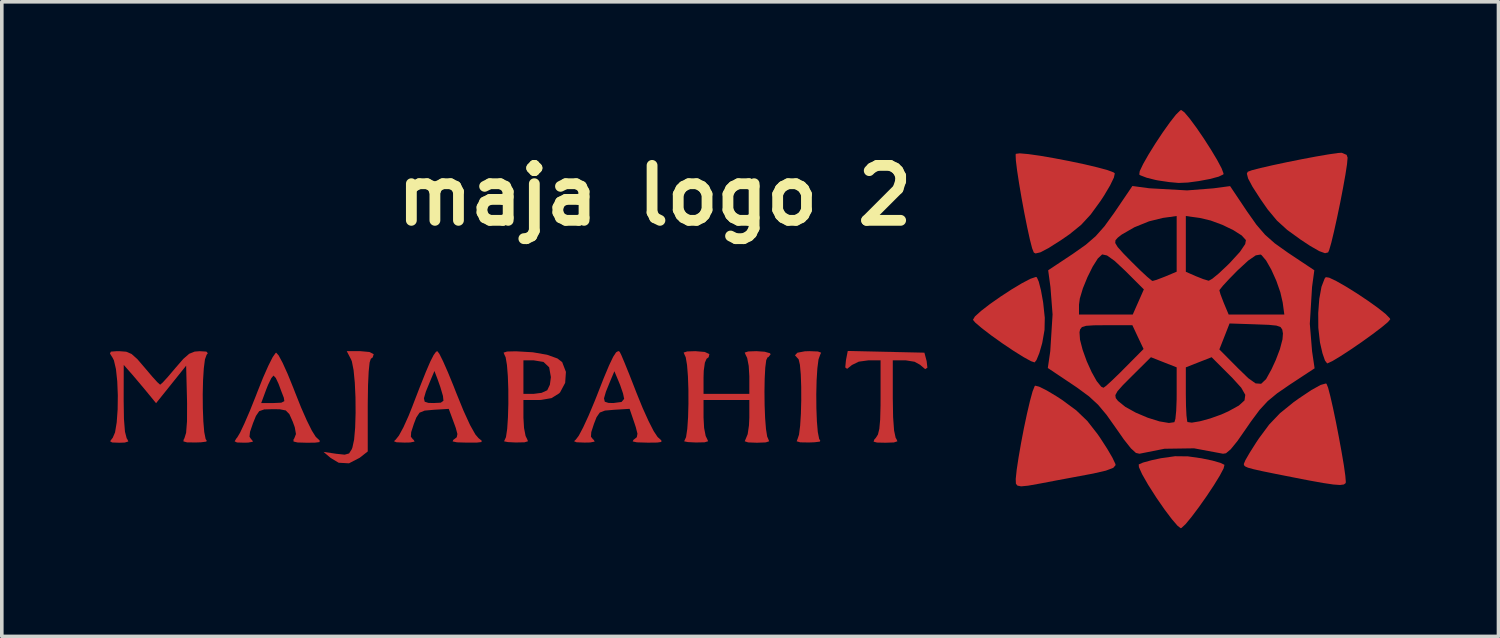
<source format=kicad_pcb>
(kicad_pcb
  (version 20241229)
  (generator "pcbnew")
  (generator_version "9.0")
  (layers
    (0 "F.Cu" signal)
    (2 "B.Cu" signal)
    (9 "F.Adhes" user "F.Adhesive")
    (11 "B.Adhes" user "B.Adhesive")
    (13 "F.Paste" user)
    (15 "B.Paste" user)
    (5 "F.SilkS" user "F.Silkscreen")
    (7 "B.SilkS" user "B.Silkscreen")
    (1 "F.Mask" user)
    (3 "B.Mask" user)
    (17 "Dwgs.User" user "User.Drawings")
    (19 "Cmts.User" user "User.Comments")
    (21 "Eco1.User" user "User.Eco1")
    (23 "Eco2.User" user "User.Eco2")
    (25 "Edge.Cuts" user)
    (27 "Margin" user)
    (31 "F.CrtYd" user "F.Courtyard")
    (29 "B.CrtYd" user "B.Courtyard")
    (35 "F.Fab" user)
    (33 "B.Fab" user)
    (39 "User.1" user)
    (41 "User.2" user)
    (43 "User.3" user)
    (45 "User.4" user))
  (footprint "maja logo 2"
    (layer "F.Cu")
    (at 18.157 6.182)
    (property "Reference" "maja logo 2" (at -3.048 -3.81 0) (layer "F.SilkS") (effects (font (size 1.524 1.524) (thickness 0.3))))
    (attr board_only exclude_from_pos_files exclude_from_bom)
    (fp_poly (pts (xy 7.551 -1.542) (xy 7.605 -1.42) (xy 7.666 -1.18) (xy 7.722 -0.87) (xy 7.728 -0.831) (xy 7.772 -0.418) (xy 7.765 -0.082) (xy 7.705 0.261) (xy 7.698 0.293) (xy 7.621 0.561) (xy 7.542 0.754) (xy 7.49 0.82) (xy 7.389 0.786) (xy 7.182 0.672) (xy 6.899 0.495) (xy 6.601 0.295) (xy 6.281 0.067) (xy 6.018 -0.135) (xy 5.841 -0.287) (xy 5.779 -0.362) (xy 5.835 -0.455) (xy 6.003 -0.607) (xy 6.25 -0.798) (xy 6.544 -1.004) (xy 6.851 -1.204) (xy 7.138 -1.376) (xy 7.373 -1.499) (xy 7.521 -1.549)) (stroke (width 0) (type solid)) (fill yes) (layer "F.Cu"))
    (fp_poly (pts (xy 11.743 3.426) (xy 12.12 3.48) (xy 12.418 3.542) (xy 12.645 3.607) (xy 12.754 3.66) (xy 12.756 3.662) (xy 12.731 3.762) (xy 12.625 3.962) (xy 12.461 4.229) (xy 12.261 4.53) (xy 12.048 4.832) (xy 11.846 5.101) (xy 11.677 5.306) (xy 11.564 5.411) (xy 11.543 5.419) (xy 11.455 5.352) (xy 11.298 5.17) (xy 11.095 4.901) (xy 10.867 4.572) (xy 10.866 4.57) (xy 10.636 4.21) (xy 10.471 3.921) (xy 10.383 3.725) (xy 10.378 3.65) (xy 10.497 3.598) (xy 10.731 3.534) (xy 10.995 3.477) (xy 11.385 3.422)) (stroke (width 0) (type solid)) (fill yes) (layer "F.Cu"))
    (fp_poly (pts (xy 15.661 -1.53) (xy 15.858 -1.436) (xy 16.125 -1.284) (xy 16.428 -1.095) (xy 16.734 -0.891) (xy 17.011 -0.693) (xy 17.224 -0.524) (xy 17.341 -0.405) (xy 17.354 -0.376) (xy 17.289 -0.298) (xy 17.114 -0.152) (xy 16.863 0.038) (xy 16.569 0.25) (xy 16.264 0.459) (xy 15.981 0.644) (xy 15.755 0.78) (xy 15.618 0.844) (xy 15.604 0.847) (xy 15.544 0.77) (xy 15.474 0.567) (xy 15.408 0.281) (xy 15.402 0.244) (xy 15.359 -0.139) (xy 15.356 -0.55) (xy 15.386 -0.945) (xy 15.447 -1.278) (xy 15.533 -1.503) (xy 15.566 -1.545)) (stroke (width 0) (type solid)) (fill yes) (layer "F.Cu"))
    (fp_poly (pts (xy -10.961 0.531) (xy -10.841 0.592) (xy -10.87 0.682) (xy -10.922 0.72) (xy -10.955 0.823) (xy -10.981 1.072) (xy -10.999 1.445) (xy -11.006 1.918) (xy -11.007 2.031) (xy -11.007 3.29) (xy -11.23 3.465) (xy -11.527 3.619) (xy -11.814 3.603) (xy -12.034 3.471) (xy -12.234 3.302) (xy -11.876 3.355) (xy -11.647 3.379) (xy -11.525 3.345) (xy -11.452 3.231) (xy -11.432 3.18) (xy -11.385 2.962) (xy -11.356 2.629) (xy -11.344 2.224) (xy -11.347 1.794) (xy -11.366 1.382) (xy -11.4 1.034) (xy -11.447 0.793) (xy -11.468 0.741) (xy -11.589 0.508) (xy -11.213 0.508)) (stroke (width 0) (type solid)) (fill yes) (layer "F.Cu"))
    (fp_poly (pts (xy 11.646 -6.115) (xy 11.795 -5.938) (xy 11.982 -5.685) (xy 12.185 -5.388) (xy 12.383 -5.079) (xy 12.554 -4.793) (xy 12.677 -4.562) (xy 12.73 -4.42) (xy 12.725 -4.394) (xy 12.594 -4.332) (xy 12.349 -4.267) (xy 12.046 -4.21) (xy 11.741 -4.169) (xy 11.489 -4.158) (xy 11.482 -4.158) (xy 11.227 -4.181) (xy 10.921 -4.226) (xy 10.843 -4.241) (xy 10.599 -4.302) (xy 10.426 -4.368) (xy 10.392 -4.391) (xy 10.406 -4.486) (xy 10.5 -4.683) (xy 10.652 -4.95) (xy 10.841 -5.254) (xy 11.044 -5.56) (xy 11.241 -5.837) (xy 11.409 -6.051) (xy 11.527 -6.168) (xy 11.557 -6.181)) (stroke (width 0) (type solid)) (fill yes) (layer "F.Cu"))
    (fp_poly (pts (xy 1.479 0.517) (xy 1.569 0.55) (xy 1.541 0.61) (xy 1.496 0.735) (xy 1.464 0.984) (xy 1.443 1.318) (xy 1.434 1.701) (xy 1.437 2.092) (xy 1.451 2.455) (xy 1.476 2.751) (xy 1.514 2.942) (xy 1.545 2.992) (xy 1.532 3.017) (xy 1.385 3.035) (xy 1.232 3.041) (xy 0.988 3.037) (xy 0.89 3.008) (xy 0.913 2.948) (xy 0.914 2.946) (xy 0.955 2.825) (xy 0.986 2.579) (xy 1.007 2.249) (xy 1.017 1.874) (xy 1.016 1.495) (xy 1.004 1.153) (xy 0.98 0.886) (xy 0.945 0.736) (xy 0.931 0.72) (xy 0.843 0.623) (xy 0.91 0.551) (xy 1.117 0.512) (xy 1.245 0.508)) (stroke (width 0) (type solid)) (fill yes) (layer "F.Cu"))
    (fp_poly (pts (xy 7.315 -4.958) (xy 7.647 -4.911) (xy 8.039 -4.843) (xy 8.456 -4.763) (xy 8.864 -4.677) (xy 9.227 -4.591) (xy 9.511 -4.514) (xy 9.681 -4.45) (xy 9.714 -4.424) (xy 9.689 -4.307) (xy 9.584 -4.09) (xy 9.418 -3.81) (xy 9.318 -3.657) (xy 9.045 -3.282) (xy 8.781 -2.996) (xy 8.462 -2.737) (xy 8.213 -2.565) (xy 7.875 -2.351) (xy 7.65 -2.233) (xy 7.516 -2.202) (xy 7.468 -2.227) (xy 7.421 -2.346) (xy 7.358 -2.591) (xy 7.284 -2.929) (xy 7.205 -3.323) (xy 7.128 -3.74) (xy 7.059 -4.145) (xy 7.004 -4.504) (xy 6.97 -4.78) (xy 6.963 -4.941) (xy 6.97 -4.966) (xy 7.078 -4.979)) (stroke (width 0) (type solid)) (fill yes) (layer "F.Cu"))
    (fp_poly (pts (xy 16.144 -4.937) (xy 16.171 -4.859) (xy 16.155 -4.677) (xy 16.11 -4.384) (xy 16.044 -4.016) (xy 15.965 -3.607) (xy 15.879 -3.195) (xy 15.795 -2.815) (xy 15.72 -2.503) (xy 15.66 -2.296) (xy 15.631 -2.231) (xy 15.545 -2.209) (xy 15.386 -2.266) (xy 15.133 -2.411) (xy 14.872 -2.583) (xy 14.497 -2.854) (xy 14.211 -3.114) (xy 13.954 -3.423) (xy 13.754 -3.71) (xy 13.534 -4.051) (xy 13.412 -4.28) (xy 13.377 -4.416) (xy 13.402 -4.468) (xy 13.515 -4.51) (xy 13.759 -4.573) (xy 14.096 -4.65) (xy 14.49 -4.734) (xy 14.904 -4.817) (xy 15.302 -4.892) (xy 15.647 -4.951) (xy 15.902 -4.988) (xy 16.006 -4.995)) (stroke (width 0) (type solid)) (fill yes) (layer "F.Cu"))
    (fp_poly (pts (xy 7.616 1.493) (xy 7.829 1.599) (xy 8.104 1.764) (xy 8.247 1.857) (xy 8.645 2.15) (xy 8.952 2.445) (xy 9.237 2.81) (xy 9.312 2.919) (xy 9.502 3.213) (xy 9.648 3.463) (xy 9.728 3.631) (xy 9.737 3.668) (xy 9.671 3.745) (xy 9.466 3.822) (xy 9.109 3.904) (xy 8.996 3.925) (xy 8.558 4.007) (xy 8.087 4.095) (xy 7.678 4.173) (xy 7.635 4.181) (xy 7.31 4.239) (xy 7.115 4.258) (xy 7.013 4.237) (xy 6.971 4.185) (xy 6.966 4.053) (xy 6.993 3.797) (xy 7.045 3.454) (xy 7.114 3.057) (xy 7.194 2.64) (xy 7.279 2.24) (xy 7.361 1.89) (xy 7.433 1.626) (xy 7.49 1.481) (xy 7.505 1.465)) (stroke (width 0) (type solid)) (fill yes) (layer "F.Cu"))
    (fp_poly (pts (xy 15.587 1.414) (xy 15.63 1.521) (xy 15.692 1.758) (xy 15.768 2.091) (xy 15.85 2.484) (xy 15.931 2.903) (xy 16.006 3.313) (xy 16.068 3.678) (xy 16.108 3.964) (xy 16.122 4.136) (xy 16.117 4.168) (xy 16.067 4.206) (xy 15.962 4.22) (xy 15.778 4.207) (xy 15.494 4.165) (xy 15.084 4.091) (xy 14.69 4.014) (xy 14.178 3.913) (xy 13.81 3.838) (xy 13.561 3.782) (xy 13.408 3.74) (xy 13.328 3.704) (xy 13.297 3.67) (xy 13.293 3.635) (xy 13.337 3.53) (xy 13.457 3.323) (xy 13.629 3.051) (xy 13.713 2.925) (xy 13.996 2.543) (xy 14.295 2.23) (xy 14.67 1.926) (xy 14.821 1.818) (xy 15.17 1.585) (xy 15.423 1.445) (xy 15.567 1.405)) (stroke (width 0) (type solid)) (fill yes) (layer "F.Cu"))
    (fp_poly (pts (xy 4.433 0.55) (xy 4.495 0.783) (xy 4.516 0.967) (xy 4.455 1.007) (xy 4.324 0.896) (xy 4.318 0.889) (xy 4.161 0.802) (xy 3.913 0.762) (xy 3.884 0.762) (xy 3.556 0.762) (xy 3.556 1.803) (xy 3.565 2.34) (xy 3.592 2.709) (xy 3.636 2.913) (xy 3.658 2.946) (xy 3.684 3.008) (xy 3.587 3.04) (xy 3.355 3.048) (xy 3.119 3.043) (xy 3.024 3.018) (xy 3.043 2.959) (xy 3.084 2.915) (xy 3.144 2.821) (xy 3.183 2.661) (xy 3.206 2.405) (xy 3.216 2.024) (xy 3.217 1.772) (xy 3.217 0.762) (xy 2.885 0.762) (xy 2.613 0.799) (xy 2.421 0.893) (xy 2.415 0.899) (xy 2.289 0.999) (xy 2.238 0.959) (xy 2.256 0.77) (xy 2.261 0.738) (xy 2.307 0.503)) (stroke (width 0) (type solid)) (fill yes) (layer "F.Cu"))
    (fp_poly (pts (xy -6.896 0.512) (xy -6.428 0.539) (xy -6.033 0.608) (xy -5.745 0.711) (xy -5.614 0.812) (xy -5.51 1.083) (xy -5.531 1.387) (xy -5.67 1.648) (xy -5.699 1.679) (xy -5.911 1.811) (xy -6.204 1.861) (xy -6.292 1.863) (xy -6.689 1.863) (xy -6.689 2.354) (xy -6.672 2.639) (xy -6.629 2.86) (xy -6.587 2.946) (xy -6.562 3.007) (xy -6.658 3.036) (xy -6.899 3.041) (xy -6.905 3.041) (xy -7.121 3.03) (xy -7.226 3.009) (xy -7.218 2.992) (xy -7.173 2.893) (xy -7.139 2.664) (xy -7.118 2.342) (xy -7.107 1.966) (xy -7.108 1.693) (xy -6.689 1.693) (xy -6.409 1.693) (xy -6.185 1.664) (xy -6.031 1.594) (xy -6.028 1.592) (xy -5.955 1.439) (xy -5.927 1.228) (xy -5.975 0.956) (xy -6.132 0.807) (xy -6.409 0.762) (xy -6.689 0.762) (xy -6.689 1.693) (xy -7.108 1.693) (xy -7.108 1.573) (xy -7.121 1.202) (xy -7.146 0.891) (xy -7.182 0.678) (xy -7.214 0.61) (xy -7.239 0.549) (xy -7.143 0.518) (xy -6.901 0.512)) (stroke (width 0) (type solid)) (fill yes) (layer "F.Cu"))
    (fp_poly (pts (xy -9.02 0.583) (xy -8.918 0.788) (xy -8.782 1.096) (xy -8.625 1.479) (xy -8.558 1.651) (xy -8.35 2.162) (xy -8.169 2.557) (xy -8.022 2.818) (xy -7.934 2.921) (xy -7.846 2.991) (xy -7.853 3.029) (xy -7.981 3.044) (xy -8.253 3.045) (xy -8.257 3.045) (xy -8.531 3.037) (xy -8.652 3.012) (xy -8.634 2.968) (xy -8.619 2.959) (xy -8.538 2.896) (xy -8.52 2.806) (xy -8.565 2.638) (xy -8.618 2.492) (xy -8.76 2.109) (xy -9.177 2.134) (xy -9.429 2.157) (xy -9.571 2.215) (xy -9.66 2.349) (xy -9.727 2.523) (xy -9.802 2.753) (xy -9.811 2.88) (xy -9.754 2.953) (xy -9.735 2.966) (xy -9.707 3.016) (xy -9.832 3.041) (xy -9.991 3.044) (xy -10.211 3.035) (xy -10.28 3.006) (xy -10.23 2.96) (xy -10.142 2.849) (xy -10.016 2.617) (xy -9.873 2.3) (xy -9.774 2.052) (xy -9.683 1.815) (xy -9.449 1.815) (xy -9.427 1.91) (xy -9.325 1.943) (xy -9.183 1.947) (xy -8.981 1.937) (xy -8.907 1.884) (xy -8.92 1.756) (xy -8.924 1.739) (xy -8.995 1.498) (xy -9.067 1.295) (xy -9.157 1.058) (xy -9.267 1.318) (xy -9.394 1.628) (xy -9.449 1.815) (xy -9.683 1.815) (xy -9.56 1.497) (xy -9.395 1.083) (xy -9.271 0.795) (xy -9.179 0.615) (xy -9.114 0.526) (xy -9.077 0.508)) (stroke (width 0) (type solid)) (fill yes) (layer "F.Cu"))
    (fp_poly (pts (xy -13.479 0.625) (xy -13.368 0.832) (xy -13.227 1.143) (xy -13.07 1.53) (xy -13.023 1.651) (xy -12.858 2.065) (xy -12.697 2.431) (xy -12.556 2.714) (xy -12.451 2.881) (xy -12.432 2.9) (xy -12.34 2.986) (xy -12.344 3.03) (xy -12.47 3.046) (xy -12.701 3.048) (xy -12.954 3.041) (xy -13.066 3.014) (xy -13.066 2.957) (xy -13.046 2.93) (xy -12.998 2.807) (xy -13.031 2.618) (xy -13.087 2.464) (xy -13.181 2.255) (xy -13.28 2.153) (xy -13.447 2.12) (xy -13.634 2.117) (xy -13.879 2.124) (xy -14.018 2.173) (xy -14.108 2.305) (xy -14.189 2.505) (xy -14.272 2.746) (xy -14.287 2.881) (xy -14.236 2.957) (xy -14.217 2.969) (xy -14.191 3.02) (xy -14.324 3.044) (xy -14.428 3.047) (xy -14.634 3.041) (xy -14.699 3.009) (xy -14.651 2.929) (xy -14.626 2.9) (xy -14.548 2.769) (xy -14.427 2.512) (xy -14.277 2.165) (xy -14.19 1.947) (xy -13.962 1.947) (xy -13.618 1.947) (xy -13.403 1.937) (xy -13.32 1.894) (xy -13.335 1.799) (xy -13.409 1.608) (xy -13.479 1.418) (xy -13.557 1.252) (xy -13.621 1.185) (xy -13.682 1.257) (xy -13.771 1.441) (xy -13.821 1.566) (xy -13.962 1.947) (xy -14.19 1.947) (xy -14.115 1.76) (xy -14.073 1.651) (xy -13.913 1.249) (xy -13.765 0.914) (xy -13.644 0.674) (xy -13.561 0.557) (xy -13.547 0.55)) (stroke (width 0) (type solid)) (fill yes) (layer "F.Cu"))
    (fp_poly (pts (xy -4.02 0.524) (xy -3.974 0.616) (xy -3.881 0.836) (xy -3.752 1.154) (xy -3.601 1.54) (xy -3.554 1.661) (xy -3.384 2.079) (xy -3.219 2.445) (xy -3.076 2.725) (xy -2.97 2.885) (xy -2.955 2.9) (xy -2.863 2.982) (xy -2.863 3.026) (xy -2.978 3.043) (xy -3.233 3.046) (xy -3.271 3.045) (xy -3.542 3.037) (xy -3.658 3.012) (xy -3.636 2.966) (xy -3.625 2.96) (xy -3.544 2.895) (xy -3.526 2.798) (xy -3.571 2.62) (xy -3.613 2.492) (xy -3.744 2.108) (xy -4.172 2.134) (xy -4.427 2.156) (xy -4.571 2.211) (xy -4.66 2.339) (xy -4.732 2.523) (xy -4.807 2.753) (xy -4.816 2.88) (xy -4.759 2.953) (xy -4.739 2.966) (xy -4.712 3.016) (xy -4.837 3.041) (xy -4.995 3.044) (xy -5.216 3.035) (xy -5.285 3.006) (xy -5.235 2.96) (xy -5.155 2.855) (xy -5.031 2.621) (xy -4.879 2.291) (xy -4.713 1.895) (xy -4.682 1.817) (xy -4.454 1.817) (xy -4.432 1.91) (xy -4.331 1.943) (xy -4.197 1.947) (xy -3.968 1.917) (xy -3.895 1.831) (xy -3.926 1.682) (xy -4.003 1.457) (xy -4.03 1.389) (xy -4.166 1.065) (xy -4.274 1.321) (xy -4.4 1.631) (xy -4.454 1.817) (xy -4.682 1.817) (xy -4.658 1.757) (xy -4.462 1.257) (xy -4.312 0.9) (xy -4.201 0.667) (xy -4.119 0.541) (xy -4.057 0.505)) (stroke (width 0) (type solid)) (fill yes) (layer "F.Cu"))
    (fp_poly (pts (xy 0.004 0.524) (xy 0.148 0.565) (xy 0.169 0.593) (xy 0.105 0.675) (xy 0.085 0.677) (xy 0.046 0.756) (xy 0.019 0.965) (xy 0.003 1.268) (xy -0.003 1.628) (xy 0.001 2.006) (xy 0.015 2.365) (xy 0.039 2.668) (xy 0.072 2.876) (xy 0.102 2.946) (xy 0.127 3.008) (xy 0.031 3.039) (xy -0.212 3.048) (xy -0.212 3.048) (xy -0.454 3.039) (xy -0.551 3.008) (xy -0.525 2.946) (xy -0.525 2.946) (xy -0.469 2.811) (xy -0.433 2.567) (xy -0.423 2.354) (xy -0.423 1.863) (xy -1.693 1.863) (xy -1.693 2.354) (xy -1.677 2.639) (xy -1.634 2.86) (xy -1.592 2.946) (xy -1.566 3.007) (xy -1.663 3.036) (xy -1.904 3.041) (xy -1.909 3.041) (xy -2.126 3.03) (xy -2.231 3.009) (xy -2.223 2.992) (xy -2.178 2.893) (xy -2.144 2.664) (xy -2.122 2.342) (xy -2.112 1.966) (xy -2.113 1.573) (xy -2.126 1.202) (xy -2.151 0.891) (xy -2.187 0.678) (xy -2.218 0.61) (xy -2.245 0.547) (xy -2.148 0.516) (xy -1.922 0.508) (xy -1.659 0.53) (xy -1.531 0.589) (xy -1.551 0.676) (xy -1.609 0.72) (xy -1.656 0.827) (xy -1.687 1.048) (xy -1.693 1.233) (xy -1.693 1.693) (xy -0.423 1.693) (xy -0.423 1.202) (xy -0.44 0.917) (xy -0.483 0.696) (xy -0.525 0.61) (xy -0.551 0.547) (xy -0.454 0.516) (xy -0.229 0.508)) (stroke (width 0) (type solid)) (fill yes) (layer "F.Cu"))
    (fp_poly (pts (xy -15.483 0.52) (xy -15.443 0.565) (xy -15.477 0.61) (xy -15.522 0.735) (xy -15.554 0.984) (xy -15.575 1.318) (xy -15.584 1.701) (xy -15.581 2.092) (xy -15.567 2.455) (xy -15.542 2.751) (xy -15.504 2.942) (xy -15.473 2.992) (xy -15.485 3.017) (xy -15.632 3.036) (xy -15.78 3.041) (xy -16.02 3.038) (xy -16.121 3.01) (xy -16.109 2.949) (xy -16.094 2.93) (xy -16.045 2.773) (xy -16.02 2.453) (xy -16.018 1.971) (xy -16.02 1.861) (xy -16.044 0.911) (xy -16.461 1.431) (xy -16.878 1.951) (xy -17.138 1.634) (xy -17.341 1.391) (xy -17.534 1.163) (xy -17.587 1.103) (xy -17.775 0.889) (xy -17.777 1.867) (xy -17.769 2.387) (xy -17.741 2.741) (xy -17.693 2.927) (xy -17.678 2.946) (xy -17.647 3.013) (xy -17.746 3.043) (xy -17.896 3.048) (xy -18.096 3.041) (xy -18.153 3.007) (xy -18.095 2.928) (xy -18.082 2.915) (xy -18.016 2.761) (xy -17.97 2.484) (xy -17.944 2.125) (xy -17.939 1.731) (xy -17.955 1.343) (xy -17.991 1.006) (xy -18.047 0.765) (xy -18.081 0.696) (xy -18.157 0.574) (xy -18.131 0.521) (xy -17.975 0.509) (xy -17.891 0.509) (xy -17.707 0.523) (xy -17.558 0.586) (xy -17.399 0.727) (xy -17.187 0.974) (xy -16.994 1.202) (xy -16.844 1.368) (xy -16.766 1.438) (xy -16.764 1.438) (xy -16.694 1.378) (xy -16.548 1.218) (xy -16.357 0.993) (xy -16.341 0.974) (xy -16.123 0.723) (xy -15.96 0.581) (xy -15.808 0.52) (xy -15.668 0.509)) (stroke (width 0) (type solid)) (fill yes) (layer "F.Cu"))
    (fp_poly (pts (xy 10.668 -4.01) (xy 11.719 -3.951) (xy 12.446 -4.008) (xy 12.912 -4.07) (xy 13.381 -3.369) (xy 13.643 -2.998) (xy 13.881 -2.722) (xy 14.151 -2.483) (xy 14.509 -2.228) (xy 14.549 -2.201) (xy 15.248 -1.736) (xy 15.185 -1.27) (xy 15.123 -0.251) (xy 15.186 0.513) (xy 15.256 0.984) (xy 14.562 1.44) (xy 14.216 1.678) (xy 13.954 1.895) (xy 13.729 2.139) (xy 13.491 2.459) (xy 13.363 2.645) (xy 13.113 3.004) (xy 12.929 3.23) (xy 12.798 3.34) (xy 12.716 3.353) (xy 11.913 3.203) (xy 11.092 3.215) (xy 10.398 3.353) (xy 10.3 3.331) (xy 10.161 3.204) (xy 9.966 2.958) (xy 9.751 2.65) (xy 9.484 2.273) (xy 9.25 1.994) (xy 8.997 1.761) (xy 8.952 1.728) (xy 9.729 1.728) (xy 9.741 1.81) (xy 9.802 1.888) (xy 10.006 2.053) (xy 10.297 2.214) (xy 10.627 2.354) (xy 10.949 2.455) (xy 11.216 2.5) (xy 11.367 2.478) (xy 11.395 2.385) (xy 11.417 2.162) (xy 11.429 1.851) (xy 11.43 1.701) (xy 11.43 1.692) (xy 11.684 1.692) (xy 11.689 2.028) (xy 11.702 2.295) (xy 11.722 2.452) (xy 11.731 2.474) (xy 11.849 2.491) (xy 12.075 2.453) (xy 12.363 2.374) (xy 12.665 2.266) (xy 12.864 2.177) (xy 13.156 2.016) (xy 13.312 1.874) (xy 13.333 1.719) (xy 13.221 1.522) (xy 12.977 1.253) (xy 12.909 1.185) (xy 12.4 0.676) (xy 12.042 0.816) (xy 11.684 0.957) (xy 11.684 1.692) (xy 11.43 1.692) (xy 11.43 0.957) (xy 11.073 0.817) (xy 10.716 0.676) (xy 10.186 1.202) (xy 9.934 1.455) (xy 9.788 1.62) (xy 9.729 1.728) (xy 8.952 1.728) (xy 8.675 1.524) (xy 8.551 1.44) (xy 7.856 0.975) (xy 7.924 0.509) (xy 7.957 -0.017) (xy 8.735 -0.017) (xy 8.749 0.191) (xy 8.822 0.472) (xy 8.935 0.786) (xy 9.072 1.089) (xy 9.212 1.339) (xy 9.338 1.494) (xy 9.4 1.523) (xy 9.476 1.468) (xy 9.64 1.318) (xy 9.864 1.101) (xy 9.978 0.986) (xy 10.5 0.46) (xy 12.614 0.46) (xy 13.14 0.99) (xy 13.418 1.259) (xy 13.619 1.402) (xy 13.773 1.413) (xy 13.91 1.284) (xy 14.061 1.01) (xy 14.178 0.756) (xy 14.293 0.455) (xy 14.365 0.181) (xy 14.378 0.02) (xy 14.359 -0.092) (xy 14.31 -0.162) (xy 14.197 -0.201) (xy 13.986 -0.222) (xy 13.641 -0.235) (xy 13.624 -0.236) (xy 12.897 -0.26) (xy 12.756 0.1) (xy 12.614 0.46) (xy 10.5 0.46) (xy 10.512 0.448) (xy 10.356 0.118) (xy 10.201 -0.212) (xy 9.482 -0.212) (xy 9.133 -0.209) (xy 8.918 -0.195) (xy 8.803 -0.16) (xy 8.752 -0.096) (xy 8.735 -0.017) (xy 7.957 -0.017) (xy 7.988 -0.508) (xy 8.721 -0.508) (xy 10.212 -0.508) (xy 10.366 -0.857) (xy 10.507 -1.177) (xy 12.615 -1.177) (xy 12.645 -1.07) (xy 12.72 -0.873) (xy 12.743 -0.815) (xy 12.872 -0.508) (xy 14.416 -0.508) (xy 14.371 -0.841) (xy 14.306 -1.124) (xy 14.194 -1.444) (xy 14.055 -1.753) (xy 13.911 -2.006) (xy 13.785 -2.155) (xy 13.756 -2.172) (xy 13.624 -2.149) (xy 13.414 -2.004) (xy 13.116 -1.729) (xy 12.887 -1.495) (xy 12.712 -1.306) (xy 12.622 -1.193) (xy 12.615 -1.177) (xy 10.507 -1.177) (xy 10.52 -1.205) (xy 10.009 -1.715) (xy 9.71 -1.995) (xy 9.499 -2.146) (xy 9.366 -2.175) (xy 9.361 -2.173) (xy 9.243 -2.062) (xy 9.1 -1.836) (xy 8.955 -1.544) (xy 8.828 -1.233) (xy 8.744 -0.952) (xy 8.721 -0.783) (xy 8.721 -0.508) (xy 7.988 -0.508) (xy 7.988 -0.512) (xy 7.929 -1.27) (xy 7.866 -1.736) (xy 8.549 -2.189) (xy 8.909 -2.443) (xy 8.966 -2.492) (xy 9.726 -2.492) (xy 9.794 -2.379) (xy 9.953 -2.201) (xy 10.176 -1.974) (xy 10.417 -1.736) (xy 10.615 -1.552) (xy 10.738 -1.451) (xy 10.761 -1.439) (xy 10.868 -1.469) (xy 11.065 -1.544) (xy 11.123 -1.567) (xy 11.43 -1.696) (xy 11.43 -3.24) (xy 11.684 -3.24) (xy 11.684 -1.694) (xy 11.959 -1.573) (xy 12.168 -1.49) (xy 12.312 -1.447) (xy 12.322 -1.446) (xy 12.418 -1.5) (xy 12.597 -1.647) (xy 12.826 -1.862) (xy 12.905 -1.94) (xy 13.184 -2.245) (xy 13.331 -2.462) (xy 13.351 -2.572) (xy 13.234 -2.701) (xy 13.001 -2.849) (xy 12.699 -2.995) (xy 12.375 -3.115) (xy 12.077 -3.186) (xy 12.064 -3.188) (xy 11.684 -3.24) (xy 11.43 -3.24) (xy 11.049 -3.188) (xy 10.664 -3.093) (xy 10.257 -2.928) (xy 9.906 -2.726) (xy 9.797 -2.641) (xy 9.733 -2.57) (xy 9.726 -2.492) (xy 8.966 -2.492) (xy 9.183 -2.68) (xy 9.426 -2.954) (xy 9.69 -3.319) (xy 9.717 -3.358) (xy 10.202 -4.073)) (stroke (width 0) (type solid)) (fill yes) (layer "F.Cu"))
    (fp_poly (pts (xy 7.554 -1.543) (xy 7.607 -1.422) (xy 7.668 -1.181) (xy 7.725 -0.871) (xy 7.73 -0.833) (xy 7.775 -0.42) (xy 7.768 -0.084) (xy 7.708 0.26) (xy 7.7 0.291) (xy 7.623 0.56) (xy 7.545 0.752) (xy 7.492 0.819) (xy 7.392 0.785) (xy 7.184 0.67) (xy 6.902 0.494) (xy 6.603 0.294) (xy 6.284 0.065) (xy 6.021 -0.136) (xy 5.843 -0.288) (xy 5.781 -0.364) (xy 5.837 -0.456) (xy 6.005 -0.609) (xy 6.253 -0.799) (xy 6.546 -1.006) (xy 6.854 -1.206) (xy 7.141 -1.378) (xy 7.375 -1.5) (xy 7.524 -1.55)) (stroke (width 0) (type solid)) (fill yes) (layer "F.Mask"))
    (fp_poly (pts (xy 11.746 3.425) (xy 12.123 3.478) (xy 12.421 3.54) (xy 12.648 3.605) (xy 12.757 3.659) (xy 12.758 3.661) (xy 12.734 3.761) (xy 12.628 3.96) (xy 12.463 4.227) (xy 12.264 4.528) (xy 12.051 4.83) (xy 11.849 5.1) (xy 11.679 5.304) (xy 11.566 5.41) (xy 11.545 5.417) (xy 11.457 5.35) (xy 11.301 5.168) (xy 11.097 4.899) (xy 10.87 4.57) (xy 10.868 4.568) (xy 10.639 4.209) (xy 10.474 3.919) (xy 10.386 3.724) (xy 10.381 3.648) (xy 10.5 3.597) (xy 10.733 3.532) (xy 10.997 3.475) (xy 11.387 3.421)) (stroke (width 0) (type solid)) (fill yes) (layer "F.Mask"))
    (fp_poly (pts (xy 15.663 -1.532) (xy 15.861 -1.438) (xy 16.127 -1.285) (xy 16.431 -1.096) (xy 16.737 -0.892) (xy 17.013 -0.695) (xy 17.226 -0.526) (xy 17.344 -0.407) (xy 17.356 -0.377) (xy 17.291 -0.299) (xy 17.117 -0.153) (xy 16.866 0.037) (xy 16.571 0.248) (xy 16.266 0.458) (xy 15.984 0.642) (xy 15.758 0.778) (xy 15.621 0.843) (xy 15.606 0.845) (xy 15.547 0.768) (xy 15.477 0.566) (xy 15.411 0.279) (xy 15.404 0.242) (xy 15.362 -0.14) (xy 15.358 -0.552) (xy 15.389 -0.947) (xy 15.449 -1.28) (xy 15.536 -1.505) (xy 15.568 -1.546)) (stroke (width 0) (type solid)) (fill yes) (layer "F.Mask"))
    (fp_poly (pts (xy -10.958 0.529) (xy -10.839 0.591) (xy -10.868 0.68) (xy -10.919 0.718) (xy -10.952 0.821) (xy -10.978 1.07) (xy -10.996 1.443) (xy -11.004 1.917) (xy -11.004 2.029) (xy -11.004 3.288) (xy -11.227 3.464) (xy -11.525 3.617) (xy -11.812 3.601) (xy -12.032 3.47) (xy -12.232 3.301) (xy -11.874 3.353) (xy -11.645 3.377) (xy -11.523 3.344) (xy -11.45 3.23) (xy -11.429 3.178) (xy -11.383 2.96) (xy -11.354 2.627) (xy -11.341 2.223) (xy -11.345 1.792) (xy -11.364 1.381) (xy -11.397 1.032) (xy -11.445 0.791) (xy -11.465 0.739) (xy -11.587 0.506) (xy -11.211 0.506)) (stroke (width 0) (type solid)) (fill yes) (layer "F.Mask"))
    (fp_poly (pts (xy 11.649 -6.116) (xy 11.797 -5.94) (xy 11.984 -5.686) (xy 12.187 -5.389) (xy 12.386 -5.081) (xy 12.557 -4.795) (xy 12.68 -4.564) (xy 12.732 -4.421) (xy 12.728 -4.396) (xy 12.596 -4.334) (xy 12.351 -4.269) (xy 12.048 -4.211) (xy 11.743 -4.171) (xy 11.491 -4.159) (xy 11.484 -4.159) (xy 11.23 -4.182) (xy 10.924 -4.228) (xy 10.846 -4.242) (xy 10.601 -4.303) (xy 10.428 -4.369) (xy 10.394 -4.392) (xy 10.409 -4.487) (xy 10.503 -4.685) (xy 10.655 -4.952) (xy 10.843 -5.255) (xy 11.047 -5.562) (xy 11.243 -5.839) (xy 11.411 -6.052) (xy 11.53 -6.17) (xy 11.56 -6.182)) (stroke (width 0) (type solid)) (fill yes) (layer "F.Mask"))
    (fp_poly (pts (xy 1.482 0.516) (xy 1.572 0.548) (xy 1.543 0.608) (xy 1.499 0.733) (xy 1.466 0.982) (xy 1.446 1.317) (xy 1.436 1.699) (xy 1.439 2.091) (xy 1.453 2.453) (xy 1.479 2.749) (xy 1.516 2.94) (xy 1.548 2.99) (xy 1.535 3.015) (xy 1.387 3.034) (xy 1.234 3.04) (xy 0.991 3.035) (xy 0.892 3.006) (xy 0.916 2.946) (xy 0.917 2.945) (xy 0.958 2.823) (xy 0.989 2.577) (xy 1.01 2.247) (xy 1.02 1.873) (xy 1.019 1.494) (xy 1.007 1.151) (xy 0.983 0.885) (xy 0.947 0.735) (xy 0.934 0.718) (xy 0.846 0.622) (xy 0.912 0.549) (xy 1.12 0.511) (xy 1.247 0.506)) (stroke (width 0) (type solid)) (fill yes) (layer "F.Mask"))
    (fp_poly (pts (xy 7.318 -4.96) (xy 7.65 -4.912) (xy 8.042 -4.845) (xy 8.459 -4.765) (xy 8.866 -4.678) (xy 9.229 -4.593) (xy 9.513 -4.515) (xy 9.684 -4.452) (xy 9.716 -4.426) (xy 9.691 -4.309) (xy 9.586 -4.091) (xy 9.421 -3.812) (xy 9.321 -3.658) (xy 9.048 -3.283) (xy 8.783 -2.997) (xy 8.465 -2.738) (xy 8.216 -2.567) (xy 7.878 -2.352) (xy 7.652 -2.234) (xy 7.519 -2.203) (xy 7.47 -2.228) (xy 7.424 -2.347) (xy 7.36 -2.593) (xy 7.286 -2.93) (xy 7.207 -3.325) (xy 7.13 -3.742) (xy 7.061 -4.147) (xy 7.007 -4.505) (xy 6.973 -4.782) (xy 6.966 -4.943) (xy 6.973 -4.968) (xy 7.081 -4.981)) (stroke (width 0) (type solid)) (fill yes) (layer "F.Mask"))
    (fp_poly (pts (xy 16.146 -4.939) (xy 16.174 -4.86) (xy 16.157 -4.679) (xy 16.112 -4.386) (xy 16.046 -4.017) (xy 15.967 -3.609) (xy 15.882 -3.196) (xy 15.798 -2.816) (xy 15.722 -2.505) (xy 15.663 -2.297) (xy 15.634 -2.233) (xy 15.548 -2.21) (xy 15.389 -2.267) (xy 15.136 -2.413) (xy 14.874 -2.584) (xy 14.5 -2.856) (xy 14.214 -3.116) (xy 13.957 -3.425) (xy 13.756 -3.711) (xy 13.537 -4.053) (xy 13.415 -4.281) (xy 13.38 -4.417) (xy 13.405 -4.47) (xy 13.518 -4.512) (xy 13.761 -4.575) (xy 14.098 -4.652) (xy 14.493 -4.736) (xy 14.907 -4.819) (xy 15.305 -4.894) (xy 15.65 -4.953) (xy 15.905 -4.989) (xy 16.008 -4.997)) (stroke (width 0) (type solid)) (fill yes) (layer "F.Mask"))
    (fp_poly (pts (xy 7.619 1.491) (xy 7.831 1.597) (xy 8.107 1.762) (xy 8.25 1.856) (xy 8.647 2.149) (xy 8.955 2.444) (xy 9.24 2.809) (xy 9.314 2.917) (xy 9.504 3.211) (xy 9.65 3.462) (xy 9.73 3.63) (xy 9.739 3.667) (xy 9.674 3.743) (xy 9.469 3.82) (xy 9.111 3.902) (xy 8.998 3.924) (xy 8.56 4.005) (xy 8.09 4.094) (xy 7.68 4.172) (xy 7.638 4.18) (xy 7.313 4.237) (xy 7.117 4.256) (xy 7.015 4.236) (xy 6.973 4.183) (xy 6.969 4.051) (xy 6.996 3.796) (xy 7.047 3.452) (xy 7.116 3.055) (xy 7.197 2.639) (xy 7.281 2.239) (xy 7.363 1.889) (xy 7.436 1.624) (xy 7.492 1.48) (xy 7.507 1.464)) (stroke (width 0) (type solid)) (fill yes) (layer "F.Mask"))
    (fp_poly (pts (xy 15.59 1.412) (xy 15.632 1.519) (xy 15.694 1.757) (xy 15.77 2.09) (xy 15.852 2.483) (xy 15.934 2.902) (xy 16.009 3.311) (xy 16.07 3.676) (xy 16.111 3.963) (xy 16.125 4.135) (xy 16.12 4.166) (xy 16.069 4.204) (xy 15.964 4.218) (xy 15.781 4.206) (xy 15.496 4.163) (xy 15.086 4.089) (xy 14.692 4.013) (xy 14.181 3.912) (xy 13.812 3.836) (xy 13.563 3.781) (xy 13.411 3.738) (xy 13.33 3.703) (xy 13.3 3.668) (xy 13.295 3.634) (xy 13.34 3.529) (xy 13.459 3.322) (xy 13.632 3.05) (xy 13.716 2.923) (xy 13.999 2.541) (xy 14.298 2.228) (xy 14.673 1.924) (xy 14.823 1.816) (xy 15.172 1.584) (xy 15.426 1.444) (xy 15.57 1.404)) (stroke (width 0) (type solid)) (fill yes) (layer "F.Mask"))
    (fp_poly (pts (xy 4.436 0.549) (xy 4.498 0.782) (xy 4.519 0.965) (xy 4.457 1.006) (xy 4.326 0.895) (xy 4.321 0.887) (xy 4.164 0.8) (xy 3.916 0.761) (xy 3.887 0.76) (xy 3.559 0.76) (xy 3.559 1.802) (xy 3.567 2.338) (xy 3.594 2.707) (xy 3.639 2.911) (xy 3.66 2.945) (xy 3.686 3.007) (xy 3.589 3.038) (xy 3.358 3.046) (xy 3.122 3.041) (xy 3.027 3.016) (xy 3.045 2.958) (xy 3.087 2.913) (xy 3.146 2.819) (xy 3.186 2.659) (xy 3.209 2.403) (xy 3.219 2.023) (xy 3.22 1.77) (xy 3.22 0.76) (xy 2.887 0.76) (xy 2.616 0.797) (xy 2.424 0.892) (xy 2.418 0.898) (xy 2.291 0.998) (xy 2.241 0.958) (xy 2.258 0.768) (xy 2.264 0.737) (xy 2.309 0.502)) (stroke (width 0) (type solid)) (fill yes) (layer "F.Mask"))
    (fp_poly (pts (xy -6.894 0.51) (xy -6.425 0.538) (xy -6.03 0.607) (xy -5.743 0.709) (xy -5.612 0.811) (xy -5.508 1.082) (xy -5.529 1.385) (xy -5.667 1.647) (xy -5.697 1.677) (xy -5.909 1.81) (xy -6.201 1.859) (xy -6.289 1.861) (xy -6.686 1.861) (xy -6.686 2.352) (xy -6.67 2.637) (xy -6.627 2.858) (xy -6.585 2.945) (xy -6.559 3.006) (xy -6.656 3.035) (xy -6.897 3.04) (xy -6.902 3.04) (xy -7.118 3.029) (xy -7.224 3.007) (xy -7.215 2.99) (xy -7.17 2.892) (xy -7.137 2.663) (xy -7.115 2.341) (xy -7.105 1.964) (xy -7.105 1.692) (xy -6.686 1.692) (xy -6.407 1.692) (xy -6.182 1.663) (xy -6.028 1.592) (xy -6.026 1.59) (xy -5.953 1.437) (xy -5.924 1.226) (xy -5.972 0.955) (xy -6.129 0.805) (xy -6.407 0.76) (xy -6.686 0.76) (xy -6.686 1.692) (xy -7.105 1.692) (xy -7.106 1.571) (xy -7.119 1.201) (xy -7.143 0.89) (xy -7.18 0.677) (xy -7.211 0.608) (xy -7.236 0.547) (xy -7.14 0.517) (xy -6.899 0.51)) (stroke (width 0) (type solid)) (fill yes) (layer "F.Mask"))
    (fp_poly (pts (xy -9.018 0.581) (xy -8.915 0.787) (xy -8.779 1.095) (xy -8.622 1.478) (xy -8.555 1.649) (xy -8.347 2.161) (xy -8.166 2.555) (xy -8.019 2.816) (xy -7.931 2.919) (xy -7.843 2.989) (xy -7.851 3.027) (xy -7.979 3.042) (xy -8.251 3.044) (xy -8.255 3.044) (xy -8.529 3.035) (xy -8.649 3.011) (xy -8.631 2.967) (xy -8.617 2.958) (xy -8.535 2.895) (xy -8.517 2.804) (xy -8.563 2.636) (xy -8.615 2.491) (xy -8.757 2.108) (xy -9.175 2.133) (xy -9.427 2.156) (xy -9.568 2.214) (xy -9.657 2.348) (xy -9.725 2.522) (xy -9.8 2.752) (xy -9.809 2.878) (xy -9.752 2.952) (xy -9.732 2.965) (xy -9.705 3.015) (xy -9.829 3.039) (xy -9.988 3.043) (xy -10.209 3.034) (xy -10.278 3.004) (xy -10.227 2.959) (xy -10.139 2.848) (xy -10.014 2.615) (xy -9.871 2.299) (xy -9.772 2.051) (xy -9.68 1.814) (xy -9.446 1.814) (xy -9.425 1.908) (xy -9.322 1.942) (xy -9.18 1.946) (xy -8.978 1.936) (xy -8.904 1.883) (xy -8.917 1.754) (xy -8.921 1.738) (xy -8.993 1.497) (xy -9.064 1.293) (xy -9.155 1.057) (xy -9.264 1.316) (xy -9.391 1.627) (xy -9.446 1.814) (xy -9.68 1.814) (xy -9.558 1.495) (xy -9.392 1.082) (xy -9.268 0.794) (xy -9.177 0.614) (xy -9.111 0.524) (xy -9.074 0.506)) (stroke (width 0) (type solid)) (fill yes) (layer "F.Mask"))
    (fp_poly (pts (xy -13.476 0.624) (xy -13.366 0.831) (xy -13.225 1.141) (xy -13.067 1.528) (xy -13.021 1.649) (xy -12.855 2.064) (xy -12.694 2.43) (xy -12.553 2.713) (xy -12.448 2.879) (xy -12.43 2.898) (xy -12.338 2.984) (xy -12.342 3.028) (xy -12.467 3.044) (xy -12.698 3.046) (xy -12.952 3.04) (xy -13.064 3.012) (xy -13.063 2.955) (xy -13.044 2.928) (xy -12.995 2.806) (xy -13.029 2.617) (xy -13.085 2.463) (xy -13.178 2.253) (xy -13.278 2.151) (xy -13.444 2.118) (xy -13.631 2.115) (xy -13.876 2.122) (xy -14.015 2.171) (xy -14.106 2.304) (xy -14.186 2.503) (xy -14.27 2.745) (xy -14.284 2.879) (xy -14.233 2.955) (xy -14.215 2.968) (xy -14.189 3.019) (xy -14.321 3.043) (xy -14.425 3.045) (xy -14.631 3.04) (xy -14.696 3.007) (xy -14.648 2.927) (xy -14.623 2.898) (xy -14.545 2.767) (xy -14.424 2.511) (xy -14.275 2.163) (xy -14.188 1.946) (xy -13.959 1.946) (xy -13.616 1.946) (xy -13.4 1.936) (xy -13.317 1.892) (xy -13.332 1.798) (xy -13.406 1.606) (xy -13.476 1.417) (xy -13.554 1.25) (xy -13.619 1.184) (xy -13.679 1.256) (xy -13.768 1.439) (xy -13.818 1.565) (xy -13.959 1.946) (xy -14.188 1.946) (xy -14.113 1.759) (xy -14.071 1.649) (xy -13.91 1.248) (xy -13.763 0.913) (xy -13.641 0.673) (xy -13.559 0.556) (xy -13.544 0.549)) (stroke (width 0) (type solid)) (fill yes) (layer "F.Mask"))
    (fp_poly (pts (xy -4.018 0.522) (xy -3.972 0.614) (xy -3.878 0.834) (xy -3.75 1.152) (xy -3.598 1.538) (xy -3.551 1.659) (xy -3.382 2.078) (xy -3.217 2.444) (xy -3.073 2.724) (xy -2.967 2.884) (xy -2.952 2.898) (xy -2.861 2.981) (xy -2.86 3.025) (xy -2.975 3.042) (xy -3.231 3.044) (xy -3.269 3.044) (xy -3.539 3.035) (xy -3.656 3.01) (xy -3.634 2.965) (xy -3.623 2.958) (xy -3.541 2.893) (xy -3.524 2.797) (xy -3.568 2.618) (xy -3.611 2.491) (xy -3.742 2.107) (xy -4.169 2.132) (xy -4.425 2.155) (xy -4.568 2.21) (xy -4.657 2.337) (xy -4.729 2.522) (xy -4.805 2.752) (xy -4.813 2.878) (xy -4.757 2.952) (xy -4.737 2.965) (xy -4.709 3.015) (xy -4.834 3.039) (xy -4.993 3.043) (xy -5.214 3.033) (xy -5.282 3.004) (xy -5.233 2.959) (xy -5.152 2.853) (xy -5.028 2.62) (xy -4.876 2.289) (xy -4.711 1.894) (xy -4.68 1.815) (xy -4.451 1.815) (xy -4.429 1.909) (xy -4.328 1.942) (xy -4.194 1.946) (xy -3.965 1.915) (xy -3.892 1.829) (xy -3.923 1.681) (xy -4 1.456) (xy -4.028 1.388) (xy -4.163 1.063) (xy -4.271 1.32) (xy -4.397 1.629) (xy -4.451 1.815) (xy -4.68 1.815) (xy -4.656 1.755) (xy -4.459 1.256) (xy -4.31 0.899) (xy -4.199 0.666) (xy -4.117 0.54) (xy -4.055 0.503)) (stroke (width 0) (type solid)) (fill yes) (layer "F.Mask"))
    (fp_poly (pts (xy 0.007 0.523) (xy 0.15 0.564) (xy 0.172 0.591) (xy 0.107 0.673) (xy 0.087 0.676) (xy 0.049 0.754) (xy 0.022 0.964) (xy 0.005 1.267) (xy -0.001 1.626) (xy 0.004 2.005) (xy 0.018 2.364) (xy 0.042 2.666) (xy 0.075 2.874) (xy 0.104 2.945) (xy 0.13 3.006) (xy 0.033 3.038) (xy -0.209 3.046) (xy -0.209 3.046) (xy -0.451 3.038) (xy -0.548 3.006) (xy -0.522 2.945) (xy -0.522 2.945) (xy -0.467 2.809) (xy -0.43 2.565) (xy -0.421 2.352) (xy -0.421 1.861) (xy -1.691 1.861) (xy -1.691 2.352) (xy -1.674 2.637) (xy -1.631 2.858) (xy -1.589 2.945) (xy -1.564 3.006) (xy -1.66 3.035) (xy -1.901 3.04) (xy -1.907 3.04) (xy -2.123 3.029) (xy -2.228 3.007) (xy -2.22 2.99) (xy -2.175 2.892) (xy -2.142 2.663) (xy -2.12 2.341) (xy -2.109 1.964) (xy -2.11 1.571) (xy -2.123 1.201) (xy -2.148 0.89) (xy -2.184 0.677) (xy -2.216 0.608) (xy -2.242 0.546) (xy -2.145 0.515) (xy -1.919 0.506) (xy -1.656 0.528) (xy -1.528 0.588) (xy -1.549 0.675) (xy -1.606 0.718) (xy -1.653 0.826) (xy -1.684 1.046) (xy -1.691 1.231) (xy -1.691 1.692) (xy -0.421 1.692) (xy -0.421 1.201) (xy -0.437 0.916) (xy -0.48 0.695) (xy -0.522 0.608) (xy -0.549 0.546) (xy -0.452 0.515) (xy -0.226 0.506)) (stroke (width 0) (type solid)) (fill yes) (layer "F.Mask"))
    (fp_poly (pts (xy -15.48 0.519) (xy -15.441 0.564) (xy -15.475 0.608) (xy -15.519 0.733) (xy -15.552 0.982) (xy -15.572 1.317) (xy -15.582 1.699) (xy -15.579 2.091) (xy -15.565 2.453) (xy -15.539 2.749) (xy -15.502 2.94) (xy -15.47 2.99) (xy -15.483 3.016) (xy -15.63 3.034) (xy -15.777 3.04) (xy -16.018 3.036) (xy -16.118 3.009) (xy -16.106 2.947) (xy -16.092 2.929) (xy -16.043 2.772) (xy -16.017 2.451) (xy -16.015 1.969) (xy -16.018 1.86) (xy -16.042 0.909) (xy -16.459 1.429) (xy -16.875 1.949) (xy -17.136 1.632) (xy -17.338 1.389) (xy -17.532 1.162) (xy -17.584 1.101) (xy -17.772 0.887) (xy -17.775 1.865) (xy -17.766 2.386) (xy -17.738 2.739) (xy -17.69 2.926) (xy -17.676 2.945) (xy -17.645 3.012) (xy -17.743 3.042) (xy -17.894 3.046) (xy -18.093 3.04) (xy -18.151 3.006) (xy -18.093 2.926) (xy -18.08 2.913) (xy -18.013 2.76) (xy -17.967 2.482) (xy -17.942 2.124) (xy -17.937 1.729) (xy -17.952 1.341) (xy -17.988 1.005) (xy -18.045 0.763) (xy -18.079 0.695) (xy -18.154 0.572) (xy -18.129 0.52) (xy -17.973 0.507) (xy -17.888 0.507) (xy -17.704 0.522) (xy -17.556 0.585) (xy -17.397 0.726) (xy -17.185 0.972) (xy -16.992 1.201) (xy -16.841 1.367) (xy -16.764 1.436) (xy -16.761 1.437) (xy -16.691 1.376) (xy -16.545 1.217) (xy -16.354 0.992) (xy -16.338 0.972) (xy -16.121 0.721) (xy -15.958 0.58) (xy -15.806 0.518) (xy -15.665 0.507)) (stroke (width 0) (type solid)) (fill yes) (layer "F.Mask"))
    (fp_poly (pts (xy 10.671 -4.011) (xy 11.721 -3.952) (xy 12.449 -4.01) (xy 12.914 -4.072) (xy 13.384 -3.37) (xy 13.645 -3) (xy 13.883 -2.723) (xy 14.153 -2.485) (xy 14.512 -2.23) (xy 14.552 -2.203) (xy 15.251 -1.737) (xy 15.187 -1.272) (xy 15.126 -0.252) (xy 15.188 0.512) (xy 15.258 0.983) (xy 14.564 1.439) (xy 14.218 1.677) (xy 13.957 1.894) (xy 13.731 2.138) (xy 13.493 2.457) (xy 13.366 2.644) (xy 13.115 3.002) (xy 12.932 3.229) (xy 12.8 3.338) (xy 12.719 3.351) (xy 11.915 3.202) (xy 11.094 3.213) (xy 10.4 3.352) (xy 10.302 3.329) (xy 10.163 3.203) (xy 9.969 2.957) (xy 9.753 2.648) (xy 9.487 2.272) (xy 9.252 1.992) (xy 8.999 1.76) (xy 8.955 1.727) (xy 9.732 1.727) (xy 9.744 1.808) (xy 9.805 1.887) (xy 10.009 2.051) (xy 10.299 2.212) (xy 10.629 2.352) (xy 10.952 2.454) (xy 11.219 2.498) (xy 11.369 2.477) (xy 11.397 2.383) (xy 11.419 2.16) (xy 11.431 1.85) (xy 11.433 1.7) (xy 11.433 1.691) (xy 11.687 1.691) (xy 11.692 2.027) (xy 11.705 2.294) (xy 11.724 2.45) (xy 11.733 2.472) (xy 11.851 2.489) (xy 12.078 2.452) (xy 12.366 2.373) (xy 12.668 2.264) (xy 12.867 2.175) (xy 13.159 2.015) (xy 13.315 1.872) (xy 13.336 1.717) (xy 13.224 1.521) (xy 12.98 1.252) (xy 12.912 1.183) (xy 12.403 0.674) (xy 12.045 0.815) (xy 11.687 0.956) (xy 11.687 1.691) (xy 11.433 1.691) (xy 11.433 0.956) (xy 11.075 0.815) (xy 10.718 0.675) (xy 10.188 1.2) (xy 9.937 1.453) (xy 9.79 1.619) (xy 9.732 1.727) (xy 8.955 1.727) (xy 8.678 1.523) (xy 8.554 1.438) (xy 7.858 0.973) (xy 7.926 0.507) (xy 7.959 -0.018) (xy 8.738 -0.018) (xy 8.751 0.189) (xy 8.824 0.471) (xy 8.938 0.784) (xy 9.074 1.087) (xy 9.214 1.338) (xy 9.341 1.492) (xy 9.403 1.522) (xy 9.478 1.466) (xy 9.643 1.316) (xy 9.866 1.099) (xy 9.981 0.985) (xy 10.502 0.459) (xy 12.617 0.459) (xy 13.142 0.989) (xy 13.42 1.258) (xy 13.621 1.401) (xy 13.775 1.412) (xy 13.913 1.283) (xy 14.063 1.008) (xy 14.18 0.754) (xy 14.295 0.453) (xy 14.367 0.18) (xy 14.38 0.018) (xy 14.361 -0.094) (xy 14.313 -0.163) (xy 14.2 -0.203) (xy 13.989 -0.223) (xy 13.644 -0.237) (xy 13.627 -0.237) (xy 12.9 -0.262) (xy 12.758 0.099) (xy 12.617 0.459) (xy 10.502 0.459) (xy 10.514 0.447) (xy 10.359 0.117) (xy 10.204 -0.213) (xy 9.485 -0.213) (xy 9.135 -0.211) (xy 8.92 -0.196) (xy 8.805 -0.162) (xy 8.755 -0.098) (xy 8.738 -0.018) (xy 7.959 -0.018) (xy 7.99 -0.51) (xy 8.723 -0.51) (xy 10.215 -0.51) (xy 10.368 -0.858) (xy 10.51 -1.179) (xy 12.618 -1.179) (xy 12.648 -1.071) (xy 12.722 -0.874) (xy 12.746 -0.816) (xy 12.874 -0.51) (xy 14.418 -0.51) (xy 14.373 -0.842) (xy 14.309 -1.125) (xy 14.196 -1.445) (xy 14.058 -1.755) (xy 13.914 -2.007) (xy 13.787 -2.157) (xy 13.758 -2.173) (xy 13.627 -2.151) (xy 13.417 -2.005) (xy 13.119 -1.73) (xy 12.889 -1.497) (xy 12.715 -1.307) (xy 12.624 -1.194) (xy 12.618 -1.179) (xy 10.51 -1.179) (xy 10.522 -1.207) (xy 10.012 -1.717) (xy 9.712 -1.997) (xy 9.502 -2.147) (xy 9.369 -2.176) (xy 9.363 -2.174) (xy 9.246 -2.063) (xy 9.103 -1.838) (xy 8.957 -1.545) (xy 8.831 -1.235) (xy 8.746 -0.953) (xy 8.723 -0.785) (xy 8.723 -0.51) (xy 7.99 -0.51) (xy 7.991 -0.513) (xy 7.932 -1.272) (xy 7.868 -1.737) (xy 8.551 -2.191) (xy 8.911 -2.444) (xy 8.969 -2.494) (xy 9.729 -2.494) (xy 9.797 -2.381) (xy 9.956 -2.203) (xy 10.178 -1.975) (xy 10.42 -1.737) (xy 10.617 -1.554) (xy 10.741 -1.452) (xy 10.764 -1.441) (xy 10.871 -1.471) (xy 11.068 -1.545) (xy 11.126 -1.569) (xy 11.433 -1.697) (xy 11.433 -3.242) (xy 11.687 -3.242) (xy 11.687 -1.695) (xy 11.962 -1.575) (xy 12.17 -1.492) (xy 12.315 -1.449) (xy 12.324 -1.448) (xy 12.42 -1.501) (xy 12.599 -1.649) (xy 12.828 -1.863) (xy 12.907 -1.942) (xy 13.186 -2.247) (xy 13.334 -2.463) (xy 13.353 -2.574) (xy 13.236 -2.702) (xy 13.003 -2.851) (xy 12.701 -2.996) (xy 12.377 -3.116) (xy 12.08 -3.188) (xy 12.067 -3.19) (xy 11.687 -3.242) (xy 11.433 -3.242) (xy 11.051 -3.19) (xy 10.667 -3.095) (xy 10.259 -2.929) (xy 9.908 -2.727) (xy 9.8 -2.643) (xy 9.735 -2.572) (xy 9.729 -2.494) (xy 8.969 -2.494) (xy 9.186 -2.681) (xy 9.428 -2.955) (xy 9.692 -3.32) (xy 9.719 -3.36) (xy 10.205 -4.075)) (stroke (width 0) (type solid)) (fill yes) (layer "F.Mask")))
  (gr_rect
    (start -3 -3)
    (end 38.513 14.601)
    (stroke (width 0.1) (type default))
    (fill no)
    (layer "Edge.Cuts")))
</source>
